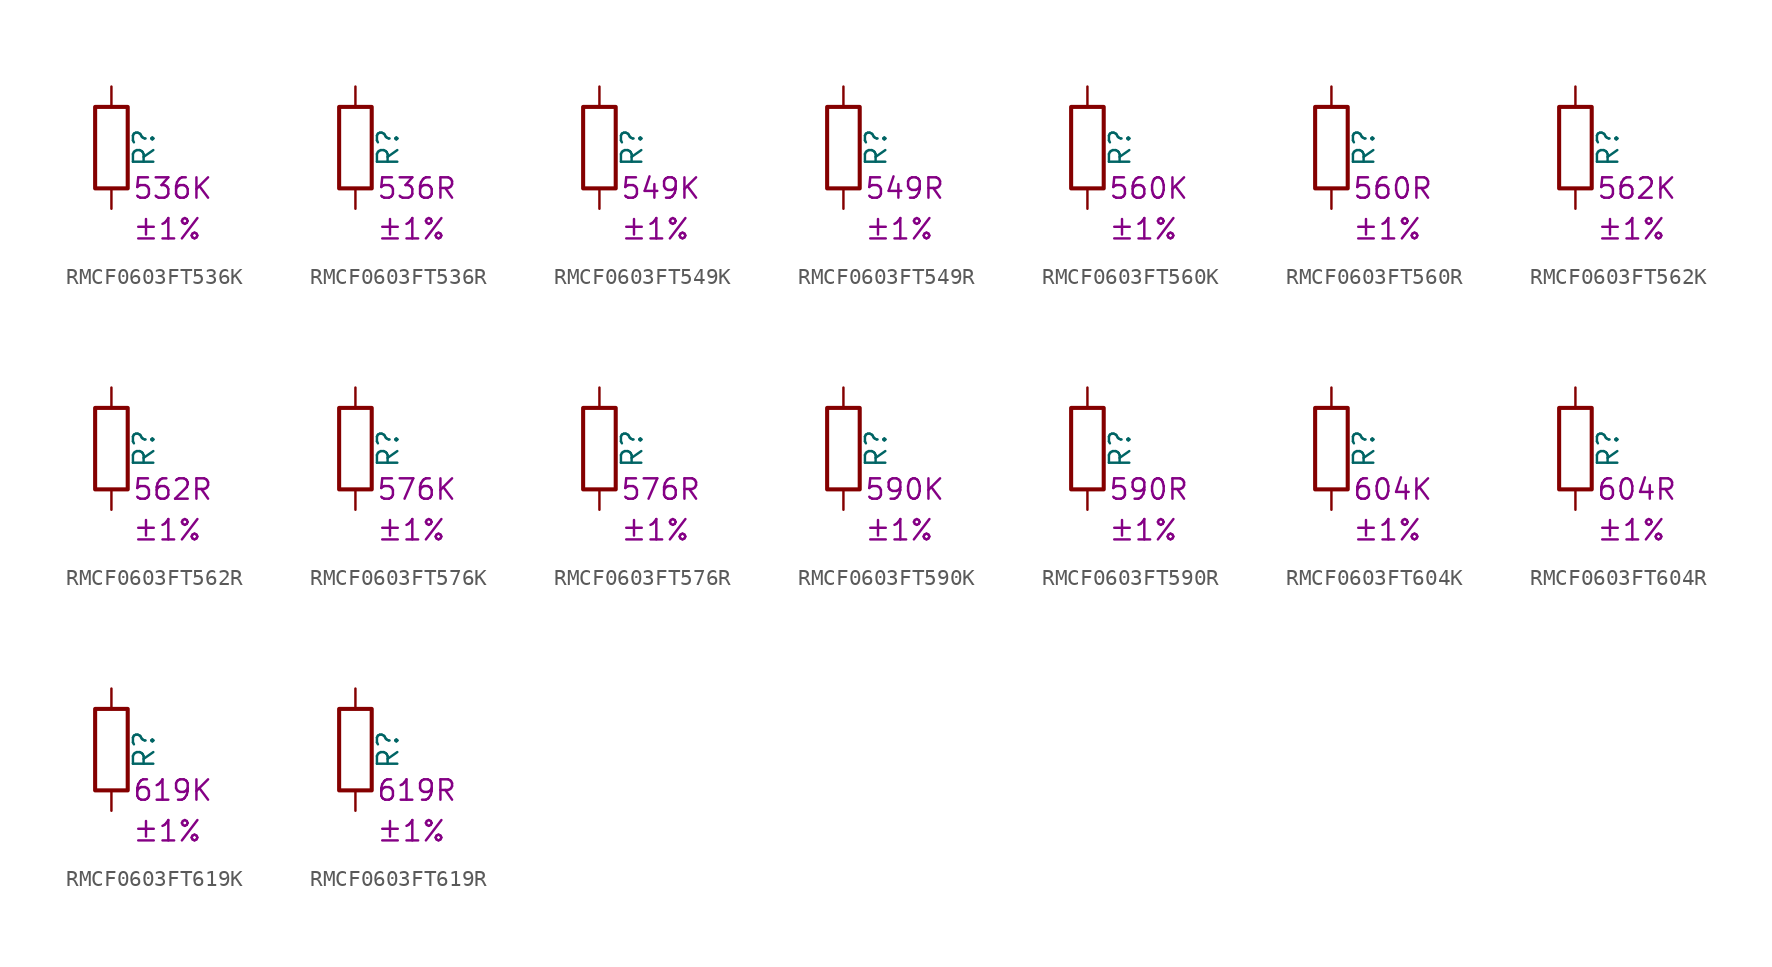
<source format=kicad_sym>
(kicad_symbol_lib
  (version 20220914)
  (generator kicad_symbol_editor)
  (symbol "RMCF0603FT536K"
    (pin_numbers hide)
    (pin_names
      (offset 0))
    (property "Reference" "R"
      (at 2.032 0 90)
      (effects (font (size 1.27 1.27))))
    (property "Resistance" "536K"
      (at 1.27 -2.54 0)
      (effects (font (size 1.27 1.27)) (justify left)))
    (property "Tolerance" "±1%"
      (at 1.27 -5.08 0)
      (effects (font (size 1.27 1.27)) (justify left)))
    (symbol "RMCF0603FT536K_0_1"
      (rectangle (start -1.016 -2.54) (end 1.016 2.54) (stroke (width 0.254) (type default)) (fill (type none))))
    (symbol "RMCF0603FT536K_1_1"
      (pin passive line (at 0 3.81 270) (length 1.27) (name "~" (effects (font (size 1.27 1.27)))) (number "1" (effects (font (size 1.27 1.27)))))
      (pin passive line (at 0 -3.81 90) (length 1.27) (name "~" (effects (font (size 1.27 1.27)))) (number "2" (effects (font (size 1.27 1.27)))))))
  (symbol "RMCF0603FT536R"
    (pin_numbers hide)
    (pin_names
      (offset 0))
    (property "Reference" "R"
      (at 2.032 0 90)
      (effects (font (size 1.27 1.27))))
    (property "Resistance" "536R"
      (at 1.27 -2.54 0)
      (effects (font (size 1.27 1.27)) (justify left)))
    (property "Tolerance" "±1%"
      (at 1.27 -5.08 0)
      (effects (font (size 1.27 1.27)) (justify left)))
    (symbol "RMCF0603FT536R_0_1"
      (rectangle (start -1.016 -2.54) (end 1.016 2.54) (stroke (width 0.254) (type default)) (fill (type none))))
    (symbol "RMCF0603FT536R_1_1"
      (pin passive line (at 0 3.81 270) (length 1.27) (name "~" (effects (font (size 1.27 1.27)))) (number "1" (effects (font (size 1.27 1.27)))))
      (pin passive line (at 0 -3.81 90) (length 1.27) (name "~" (effects (font (size 1.27 1.27)))) (number "2" (effects (font (size 1.27 1.27)))))))
  (symbol "RMCF0603FT549K"
    (pin_numbers hide)
    (pin_names
      (offset 0))
    (property "Reference" "R"
      (at 2.032 0 90)
      (effects (font (size 1.27 1.27))))
    (property "Resistance" "549K"
      (at 1.27 -2.54 0)
      (effects (font (size 1.27 1.27)) (justify left)))
    (property "Tolerance" "±1%"
      (at 1.27 -5.08 0)
      (effects (font (size 1.27 1.27)) (justify left)))
    (symbol "RMCF0603FT549K_0_1"
      (rectangle (start -1.016 -2.54) (end 1.016 2.54) (stroke (width 0.254) (type default)) (fill (type none))))
    (symbol "RMCF0603FT549K_1_1"
      (pin passive line (at 0 3.81 270) (length 1.27) (name "~" (effects (font (size 1.27 1.27)))) (number "1" (effects (font (size 1.27 1.27)))))
      (pin passive line (at 0 -3.81 90) (length 1.27) (name "~" (effects (font (size 1.27 1.27)))) (number "2" (effects (font (size 1.27 1.27)))))))
  (symbol "RMCF0603FT549R"
    (pin_numbers hide)
    (pin_names
      (offset 0))
    (property "Reference" "R"
      (at 2.032 0 90)
      (effects (font (size 1.27 1.27))))
    (property "Resistance" "549R"
      (at 1.27 -2.54 0)
      (effects (font (size 1.27 1.27)) (justify left)))
    (property "Tolerance" "±1%"
      (at 1.27 -5.08 0)
      (effects (font (size 1.27 1.27)) (justify left)))
    (symbol "RMCF0603FT549R_0_1"
      (rectangle (start -1.016 -2.54) (end 1.016 2.54) (stroke (width 0.254) (type default)) (fill (type none))))
    (symbol "RMCF0603FT549R_1_1"
      (pin passive line (at 0 3.81 270) (length 1.27) (name "~" (effects (font (size 1.27 1.27)))) (number "1" (effects (font (size 1.27 1.27)))))
      (pin passive line (at 0 -3.81 90) (length 1.27) (name "~" (effects (font (size 1.27 1.27)))) (number "2" (effects (font (size 1.27 1.27)))))))
  (symbol "RMCF0603FT560K"
    (pin_numbers hide)
    (pin_names
      (offset 0))
    (property "Reference" "R"
      (at 2.032 0 90)
      (effects (font (size 1.27 1.27))))
    (property "Resistance" "560K"
      (at 1.27 -2.54 0)
      (effects (font (size 1.27 1.27)) (justify left)))
    (property "Tolerance" "±1%"
      (at 1.27 -5.08 0)
      (effects (font (size 1.27 1.27)) (justify left)))
    (symbol "RMCF0603FT560K_0_1"
      (rectangle (start -1.016 -2.54) (end 1.016 2.54) (stroke (width 0.254) (type default)) (fill (type none))))
    (symbol "RMCF0603FT560K_1_1"
      (pin passive line (at 0 3.81 270) (length 1.27) (name "~" (effects (font (size 1.27 1.27)))) (number "1" (effects (font (size 1.27 1.27)))))
      (pin passive line (at 0 -3.81 90) (length 1.27) (name "~" (effects (font (size 1.27 1.27)))) (number "2" (effects (font (size 1.27 1.27)))))))
  (symbol "RMCF0603FT560R"
    (pin_numbers hide)
    (pin_names
      (offset 0))
    (property "Reference" "R"
      (at 2.032 0 90)
      (effects (font (size 1.27 1.27))))
    (property "Resistance" "560R"
      (at 1.27 -2.54 0)
      (effects (font (size 1.27 1.27)) (justify left)))
    (property "Tolerance" "±1%"
      (at 1.27 -5.08 0)
      (effects (font (size 1.27 1.27)) (justify left)))
    (symbol "RMCF0603FT560R_0_1"
      (rectangle (start -1.016 -2.54) (end 1.016 2.54) (stroke (width 0.254) (type default)) (fill (type none))))
    (symbol "RMCF0603FT560R_1_1"
      (pin passive line (at 0 3.81 270) (length 1.27) (name "~" (effects (font (size 1.27 1.27)))) (number "1" (effects (font (size 1.27 1.27)))))
      (pin passive line (at 0 -3.81 90) (length 1.27) (name "~" (effects (font (size 1.27 1.27)))) (number "2" (effects (font (size 1.27 1.27)))))))
  (symbol "RMCF0603FT562K"
    (pin_numbers hide)
    (pin_names
      (offset 0))
    (property "Reference" "R"
      (at 2.032 0 90)
      (effects (font (size 1.27 1.27))))
    (property "Resistance" "562K"
      (at 1.27 -2.54 0)
      (effects (font (size 1.27 1.27)) (justify left)))
    (property "Tolerance" "±1%"
      (at 1.27 -5.08 0)
      (effects (font (size 1.27 1.27)) (justify left)))
    (symbol "RMCF0603FT562K_0_1"
      (rectangle (start -1.016 -2.54) (end 1.016 2.54) (stroke (width 0.254) (type default)) (fill (type none))))
    (symbol "RMCF0603FT562K_1_1"
      (pin passive line (at 0 3.81 270) (length 1.27) (name "~" (effects (font (size 1.27 1.27)))) (number "1" (effects (font (size 1.27 1.27)))))
      (pin passive line (at 0 -3.81 90) (length 1.27) (name "~" (effects (font (size 1.27 1.27)))) (number "2" (effects (font (size 1.27 1.27)))))))
  (symbol "RMCF0603FT562R"
    (pin_numbers hide)
    (pin_names
      (offset 0))
    (property "Reference" "R"
      (at 2.032 0 90)
      (effects (font (size 1.27 1.27))))
    (property "Resistance" "562R"
      (at 1.27 -2.54 0)
      (effects (font (size 1.27 1.27)) (justify left)))
    (property "Tolerance" "±1%"
      (at 1.27 -5.08 0)
      (effects (font (size 1.27 1.27)) (justify left)))
    (symbol "RMCF0603FT562R_0_1"
      (rectangle (start -1.016 -2.54) (end 1.016 2.54) (stroke (width 0.254) (type default)) (fill (type none))))
    (symbol "RMCF0603FT562R_1_1"
      (pin passive line (at 0 3.81 270) (length 1.27) (name "~" (effects (font (size 1.27 1.27)))) (number "1" (effects (font (size 1.27 1.27)))))
      (pin passive line (at 0 -3.81 90) (length 1.27) (name "~" (effects (font (size 1.27 1.27)))) (number "2" (effects (font (size 1.27 1.27)))))))
  (symbol "RMCF0603FT576K"
    (pin_numbers hide)
    (pin_names
      (offset 0))
    (property "Reference" "R"
      (at 2.032 0 90)
      (effects (font (size 1.27 1.27))))
    (property "Resistance" "576K"
      (at 1.27 -2.54 0)
      (effects (font (size 1.27 1.27)) (justify left)))
    (property "Tolerance" "±1%"
      (at 1.27 -5.08 0)
      (effects (font (size 1.27 1.27)) (justify left)))
    (symbol "RMCF0603FT576K_0_1"
      (rectangle (start -1.016 -2.54) (end 1.016 2.54) (stroke (width 0.254) (type default)) (fill (type none))))
    (symbol "RMCF0603FT576K_1_1"
      (pin passive line (at 0 3.81 270) (length 1.27) (name "~" (effects (font (size 1.27 1.27)))) (number "1" (effects (font (size 1.27 1.27)))))
      (pin passive line (at 0 -3.81 90) (length 1.27) (name "~" (effects (font (size 1.27 1.27)))) (number "2" (effects (font (size 1.27 1.27)))))))
  (symbol "RMCF0603FT576R"
    (pin_numbers hide)
    (pin_names
      (offset 0))
    (property "Reference" "R"
      (at 2.032 0 90)
      (effects (font (size 1.27 1.27))))
    (property "Resistance" "576R"
      (at 1.27 -2.54 0)
      (effects (font (size 1.27 1.27)) (justify left)))
    (property "Tolerance" "±1%"
      (at 1.27 -5.08 0)
      (effects (font (size 1.27 1.27)) (justify left)))
    (symbol "RMCF0603FT576R_0_1"
      (rectangle (start -1.016 -2.54) (end 1.016 2.54) (stroke (width 0.254) (type default)) (fill (type none))))
    (symbol "RMCF0603FT576R_1_1"
      (pin passive line (at 0 3.81 270) (length 1.27) (name "~" (effects (font (size 1.27 1.27)))) (number "1" (effects (font (size 1.27 1.27)))))
      (pin passive line (at 0 -3.81 90) (length 1.27) (name "~" (effects (font (size 1.27 1.27)))) (number "2" (effects (font (size 1.27 1.27)))))))
  (symbol "RMCF0603FT590K"
    (pin_numbers hide)
    (pin_names
      (offset 0))
    (property "Reference" "R"
      (at 2.032 0 90)
      (effects (font (size 1.27 1.27))))
    (property "Resistance" "590K"
      (at 1.27 -2.54 0)
      (effects (font (size 1.27 1.27)) (justify left)))
    (property "Tolerance" "±1%"
      (at 1.27 -5.08 0)
      (effects (font (size 1.27 1.27)) (justify left)))
    (symbol "RMCF0603FT590K_0_1"
      (rectangle (start -1.016 -2.54) (end 1.016 2.54) (stroke (width 0.254) (type default)) (fill (type none))))
    (symbol "RMCF0603FT590K_1_1"
      (pin passive line (at 0 3.81 270) (length 1.27) (name "~" (effects (font (size 1.27 1.27)))) (number "1" (effects (font (size 1.27 1.27)))))
      (pin passive line (at 0 -3.81 90) (length 1.27) (name "~" (effects (font (size 1.27 1.27)))) (number "2" (effects (font (size 1.27 1.27)))))))
  (symbol "RMCF0603FT590R"
    (pin_numbers hide)
    (pin_names
      (offset 0))
    (property "Reference" "R"
      (at 2.032 0 90)
      (effects (font (size 1.27 1.27))))
    (property "Resistance" "590R"
      (at 1.27 -2.54 0)
      (effects (font (size 1.27 1.27)) (justify left)))
    (property "Tolerance" "±1%"
      (at 1.27 -5.08 0)
      (effects (font (size 1.27 1.27)) (justify left)))
    (symbol "RMCF0603FT590R_0_1"
      (rectangle (start -1.016 -2.54) (end 1.016 2.54) (stroke (width 0.254) (type default)) (fill (type none))))
    (symbol "RMCF0603FT590R_1_1"
      (pin passive line (at 0 3.81 270) (length 1.27) (name "~" (effects (font (size 1.27 1.27)))) (number "1" (effects (font (size 1.27 1.27)))))
      (pin passive line (at 0 -3.81 90) (length 1.27) (name "~" (effects (font (size 1.27 1.27)))) (number "2" (effects (font (size 1.27 1.27)))))))
  (symbol "RMCF0603FT604K"
    (pin_numbers hide)
    (pin_names
      (offset 0))
    (property "Reference" "R"
      (at 2.032 0 90)
      (effects (font (size 1.27 1.27))))
    (property "Resistance" "604K"
      (at 1.27 -2.54 0)
      (effects (font (size 1.27 1.27)) (justify left)))
    (property "Tolerance" "±1%"
      (at 1.27 -5.08 0)
      (effects (font (size 1.27 1.27)) (justify left)))
    (symbol "RMCF0603FT604K_0_1"
      (rectangle (start -1.016 -2.54) (end 1.016 2.54) (stroke (width 0.254) (type default)) (fill (type none))))
    (symbol "RMCF0603FT604K_1_1"
      (pin passive line (at 0 3.81 270) (length 1.27) (name "~" (effects (font (size 1.27 1.27)))) (number "1" (effects (font (size 1.27 1.27)))))
      (pin passive line (at 0 -3.81 90) (length 1.27) (name "~" (effects (font (size 1.27 1.27)))) (number "2" (effects (font (size 1.27 1.27)))))))
  (symbol "RMCF0603FT604R"
    (pin_numbers hide)
    (pin_names
      (offset 0))
    (property "Reference" "R"
      (at 2.032 0 90)
      (effects (font (size 1.27 1.27))))
    (property "Resistance" "604R"
      (at 1.27 -2.54 0)
      (effects (font (size 1.27 1.27)) (justify left)))
    (property "Tolerance" "±1%"
      (at 1.27 -5.08 0)
      (effects (font (size 1.27 1.27)) (justify left)))
    (symbol "RMCF0603FT604R_0_1"
      (rectangle (start -1.016 -2.54) (end 1.016 2.54) (stroke (width 0.254) (type default)) (fill (type none))))
    (symbol "RMCF0603FT604R_1_1"
      (pin passive line (at 0 3.81 270) (length 1.27) (name "~" (effects (font (size 1.27 1.27)))) (number "1" (effects (font (size 1.27 1.27)))))
      (pin passive line (at 0 -3.81 90) (length 1.27) (name "~" (effects (font (size 1.27 1.27)))) (number "2" (effects (font (size 1.27 1.27)))))))
  (symbol "RMCF0603FT619K"
    (pin_numbers hide)
    (pin_names
      (offset 0))
    (property "Reference" "R"
      (at 2.032 0 90)
      (effects (font (size 1.27 1.27))))
    (property "Resistance" "619K"
      (at 1.27 -2.54 0)
      (effects (font (size 1.27 1.27)) (justify left)))
    (property "Tolerance" "±1%"
      (at 1.27 -5.08 0)
      (effects (font (size 1.27 1.27)) (justify left)))
    (symbol "RMCF0603FT619K_0_1"
      (rectangle (start -1.016 -2.54) (end 1.016 2.54) (stroke (width 0.254) (type default)) (fill (type none))))
    (symbol "RMCF0603FT619K_1_1"
      (pin passive line (at 0 3.81 270) (length 1.27) (name "~" (effects (font (size 1.27 1.27)))) (number "1" (effects (font (size 1.27 1.27)))))
      (pin passive line (at 0 -3.81 90) (length 1.27) (name "~" (effects (font (size 1.27 1.27)))) (number "2" (effects (font (size 1.27 1.27)))))))
  (symbol "RMCF0603FT619R"
    (pin_numbers hide)
    (pin_names
      (offset 0))
    (property "Reference" "R"
      (at 2.032 0 90)
      (effects (font (size 1.27 1.27))))
    (property "Resistance" "619R"
      (at 1.27 -2.54 0)
      (effects (font (size 1.27 1.27)) (justify left)))
    (property "Tolerance" "±1%"
      (at 1.27 -5.08 0)
      (effects (font (size 1.27 1.27)) (justify left)))
    (symbol "RMCF0603FT619R_0_1"
      (rectangle (start -1.016 -2.54) (end 1.016 2.54) (stroke (width 0.254) (type default)) (fill (type none))))
    (symbol "RMCF0603FT619R_1_1"
      (pin passive line (at 0 3.81 270) (length 1.27) (name "~" (effects (font (size 1.27 1.27)))) (number "1" (effects (font (size 1.27 1.27)))))
      (pin passive line (at 0 -3.81 90) (length 1.27) (name "~" (effects (font (size 1.27 1.27)))) (number "2" (effects (font (size 1.27 1.27))))))))
</source>
